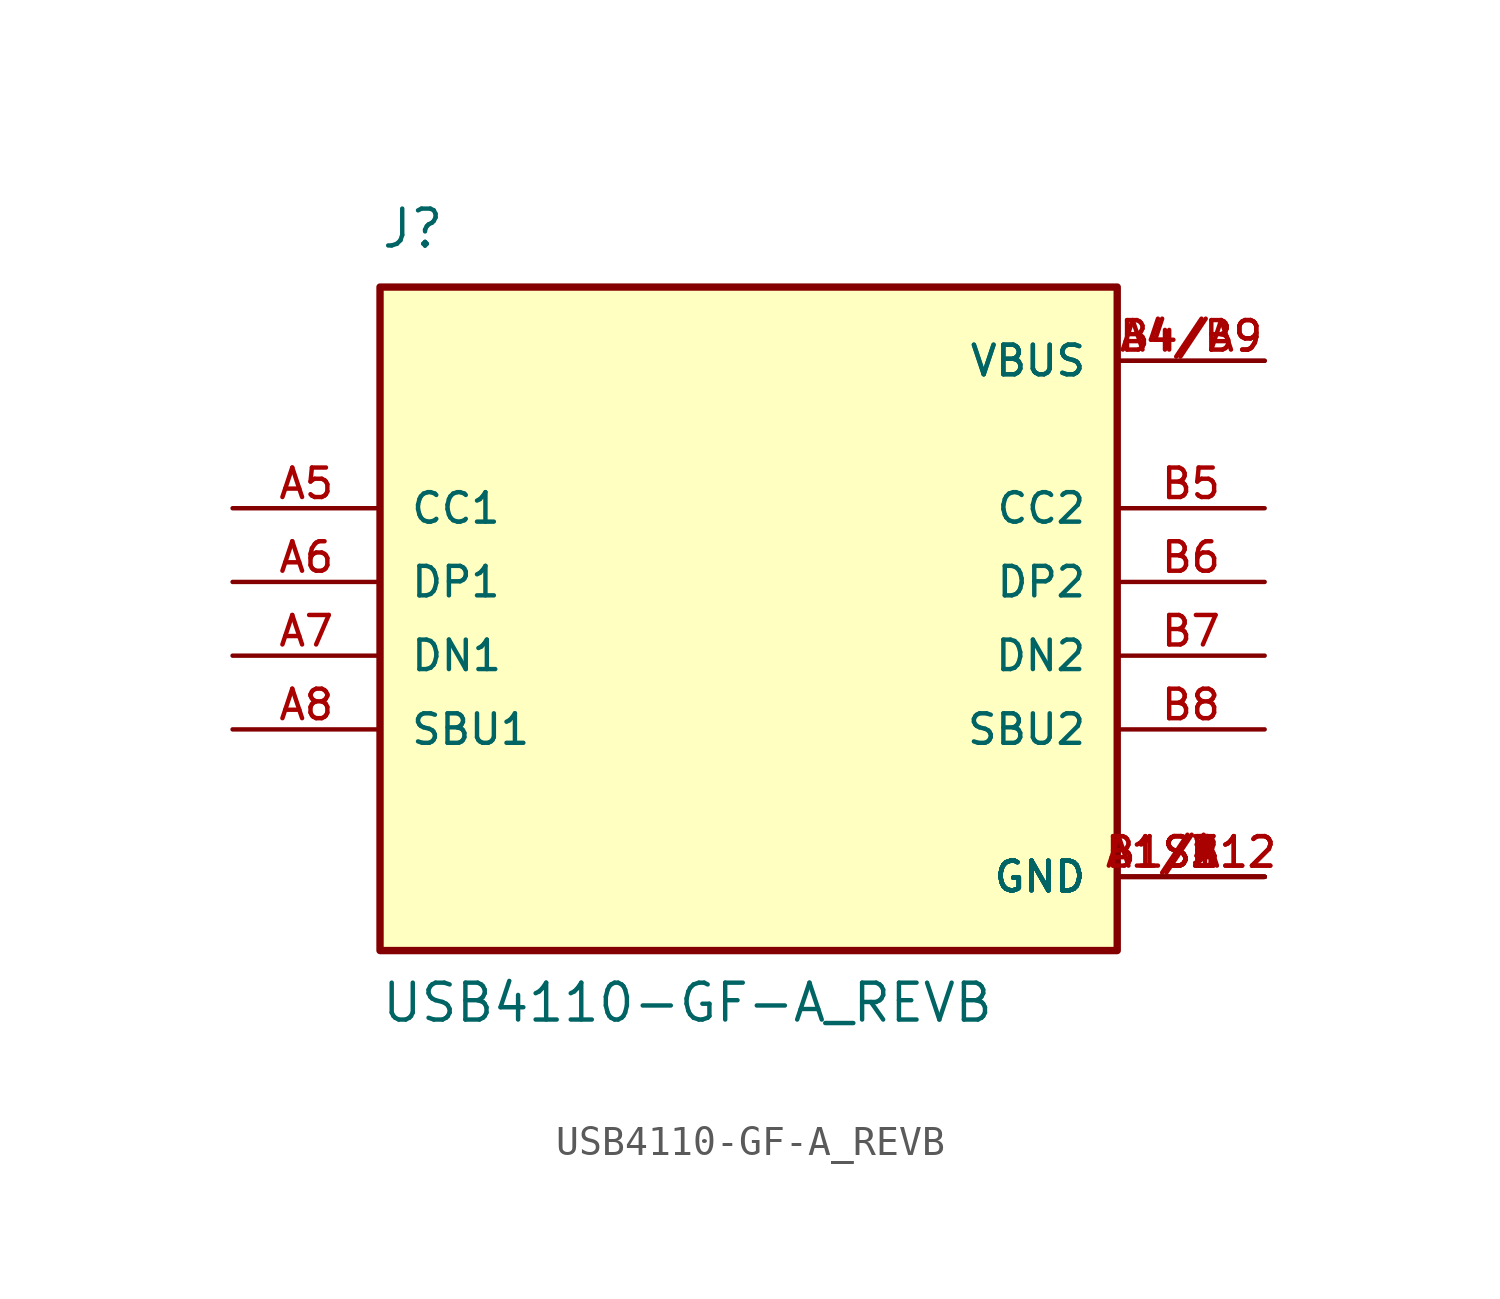
<source format=kicad_sym>
(kicad_symbol_lib
  (version 20220914)
  (generator kicad_symbol_editor)
  (symbol "USB4110-GF-A_REVB"
    (pin_names
      (offset 1.016))
    (property "Reference" "J"
      (at -12.7 11.43 0)
      (effects (font (size 1.27 1.27)) (justify left bottom)))
    (property "Value" "USB4110-GF-A_REVB"
      (at -12.7 -15.24 0)
      (effects (font (size 1.27 1.27)) (justify left bottom)))
    (symbol "USB4110-GF-A_REVB_0_0"
      (rectangle (start -12.7 -12.7) (end 12.7 10.16) (stroke (width 0.254) (type default)) (fill (type background)))
      (pin power_in line (at 17.78 -10.16 180) (length 5.08) (name "GND" (effects (font (size 1.016 1.016)))) (number "A1/B12" (effects (font (size 1.016 1.016)))))
      (pin power_in line (at 17.78 7.62 180) (length 5.08) (name "VBUS" (effects (font (size 1.016 1.016)))) (number "A4/B9" (effects (font (size 1.016 1.016)))))
      (pin bidirectional line (at -17.78 2.54 0) (length 5.08) (name "CC1" (effects (font (size 1.016 1.016)))) (number "A5" (effects (font (size 1.016 1.016)))))
      (pin bidirectional line (at -17.78 0 0) (length 5.08) (name "DP1" (effects (font (size 1.016 1.016)))) (number "A6" (effects (font (size 1.016 1.016)))))
      (pin bidirectional line (at -17.78 -2.54 0) (length 5.08) (name "DN1" (effects (font (size 1.016 1.016)))) (number "A7" (effects (font (size 1.016 1.016)))))
      (pin bidirectional line (at -17.78 -5.08 0) (length 5.08) (name "SBU1" (effects (font (size 1.016 1.016)))) (number "A8" (effects (font (size 1.016 1.016)))))
      (pin power_in line (at 17.78 -10.16 180) (length 5.08) (name "GND" (effects (font (size 1.016 1.016)))) (number "B1/A12" (effects (font (size 1.016 1.016)))))
      (pin power_in line (at 17.78 7.62 180) (length 5.08) (name "VBUS" (effects (font (size 1.016 1.016)))) (number "B4/A9" (effects (font (size 1.016 1.016)))))
      (pin bidirectional line (at 17.78 2.54 180) (length 5.08) (name "CC2" (effects (font (size 1.016 1.016)))) (number "B5" (effects (font (size 1.016 1.016)))))
      (pin bidirectional line (at 17.78 0 180) (length 5.08) (name "DP2" (effects (font (size 1.016 1.016)))) (number "B6" (effects (font (size 1.016 1.016)))))
      (pin bidirectional line (at 17.78 -2.54 180) (length 5.08) (name "DN2" (effects (font (size 1.016 1.016)))) (number "B7" (effects (font (size 1.016 1.016)))))
      (pin bidirectional line (at 17.78 -5.08 180) (length 5.08) (name "SBU2" (effects (font (size 1.016 1.016)))) (number "B8" (effects (font (size 1.016 1.016)))))
      (pin power_in line (at 17.78 -10.16 180) (length 5.08) (name "GND" (effects (font (size 1.016 1.016)))) (number "S1" (effects (font (size 1.016 1.016)))))
      (pin power_in line (at 17.78 -10.16 180) (length 5.08) (name "GND" (effects (font (size 1.016 1.016)))) (number "S2" (effects (font (size 1.016 1.016)))))
      (pin power_in line (at 17.78 -10.16 180) (length 5.08) (name "GND" (effects (font (size 1.016 1.016)))) (number "S3" (effects (font (size 1.016 1.016)))))
      (pin power_in line (at 17.78 -10.16 180) (length 5.08) (name "GND" (effects (font (size 1.016 1.016)))) (number "S4" (effects (font (size 1.016 1.016))))))))
</source>
